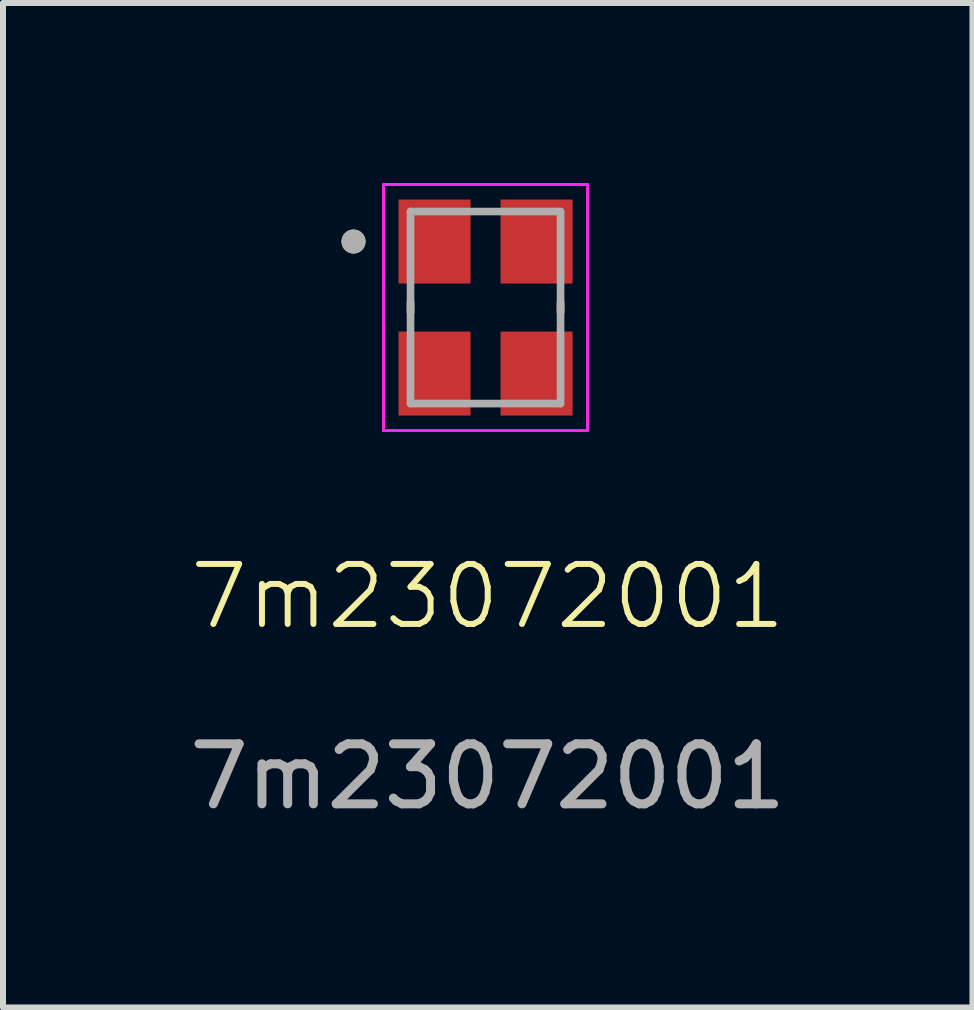
<source format=kicad_pcb>
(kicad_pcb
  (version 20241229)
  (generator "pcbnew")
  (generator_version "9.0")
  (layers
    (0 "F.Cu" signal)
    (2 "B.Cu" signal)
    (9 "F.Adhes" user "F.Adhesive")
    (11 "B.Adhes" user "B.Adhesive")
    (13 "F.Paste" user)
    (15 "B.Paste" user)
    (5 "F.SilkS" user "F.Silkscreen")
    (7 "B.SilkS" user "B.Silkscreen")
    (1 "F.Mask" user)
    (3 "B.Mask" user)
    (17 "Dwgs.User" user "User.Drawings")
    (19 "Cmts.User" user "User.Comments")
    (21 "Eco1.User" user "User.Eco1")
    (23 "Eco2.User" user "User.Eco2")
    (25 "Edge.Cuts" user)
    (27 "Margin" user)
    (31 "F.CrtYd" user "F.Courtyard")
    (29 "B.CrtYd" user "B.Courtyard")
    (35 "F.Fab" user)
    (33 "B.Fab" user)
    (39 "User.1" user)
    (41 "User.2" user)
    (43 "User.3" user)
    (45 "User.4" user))
  (footprint "7m23072001"
    (layer "F.Cu")
    (at 5.077 7.39)
    (property "Reference" "7m23072001" (at 0 -0.5 0) (unlocked yes) (layer "F.SilkS") (effects (font (size 1 1) (thickness 0.1))))
    (attr smd)
    (fp_line (start -1.286 -5.395) (end -1.286 -5.235) (stroke (width 0.127) (type solid)) (layer "F.SilkS"))
    (fp_line (start 1.214 -5.395) (end 1.214 -5.235) (stroke (width 0.127) (type solid)) (layer "F.SilkS"))
    (fp_circle (center -2.236 -6.415) (end -2.136 -6.415) (stroke (width 0.2) (type solid)) (fill no) (layer "F.SilkS"))
    (fp_line (start -1.736 -7.365) (end -1.736 -3.265) (stroke (width 0.05) (type solid)) (layer "F.CrtYd"))
    (fp_line (start -1.736 -7.365) (end 1.664 -7.365) (stroke (width 0.05) (type solid)) (layer "F.CrtYd"))
    (fp_line (start 1.664 -7.365) (end 1.664 -3.265) (stroke (width 0.05) (type solid)) (layer "F.CrtYd"))
    (fp_line (start 1.664 -3.265) (end -1.736 -3.265) (stroke (width 0.05) (type solid)) (layer "F.CrtYd"))
    (fp_line (start -1.286 -6.915) (end -1.286 -3.715) (stroke (width 0.127) (type solid)) (layer "F.Fab"))
    (fp_line (start -1.286 -6.915) (end 1.214 -6.915) (stroke (width 0.127) (type solid)) (layer "F.Fab"))
    (fp_line (start 1.214 -6.915) (end 1.214 -3.715) (stroke (width 0.127) (type solid)) (layer "F.Fab"))
    (fp_line (start 1.214 -3.715) (end -1.286 -3.715) (stroke (width 0.127) (type solid)) (layer "F.Fab"))
    (fp_circle (center -2.236 -6.415) (end -2.136 -6.415) (stroke (width 0.2) (type solid)) (fill no) (layer "F.Fab"))
    (fp_text user "${REFERENCE}" (at 0 2.5 0) (unlocked yes) (layer "F.Fab") (effects (font (size 1 1) (thickness 0.15))))
    (pad "1" smd rect (at -0.886 -6.415) (size 1.2 1.4) (layers "F.Cu" "F.Mask" "F.Paste"))
    (pad "2" smd rect (at -0.886 -4.215) (size 1.2 1.4) (layers "F.Cu" "F.Mask" "F.Paste"))
    (pad "3" smd rect (at 0.814 -4.215) (size 1.2 1.4) (layers "F.Cu" "F.Mask" "F.Paste"))
    (pad "4" smd rect (at 0.814 -6.415) (size 1.2 1.4) (layers "F.Cu" "F.Mask" "F.Paste")))
  (gr_rect
    (start -3 -3)
    (end 13.155 13.738)
    (stroke (width 0.1) (type default))
    (fill no)
    (layer "Edge.Cuts")))
</source>
